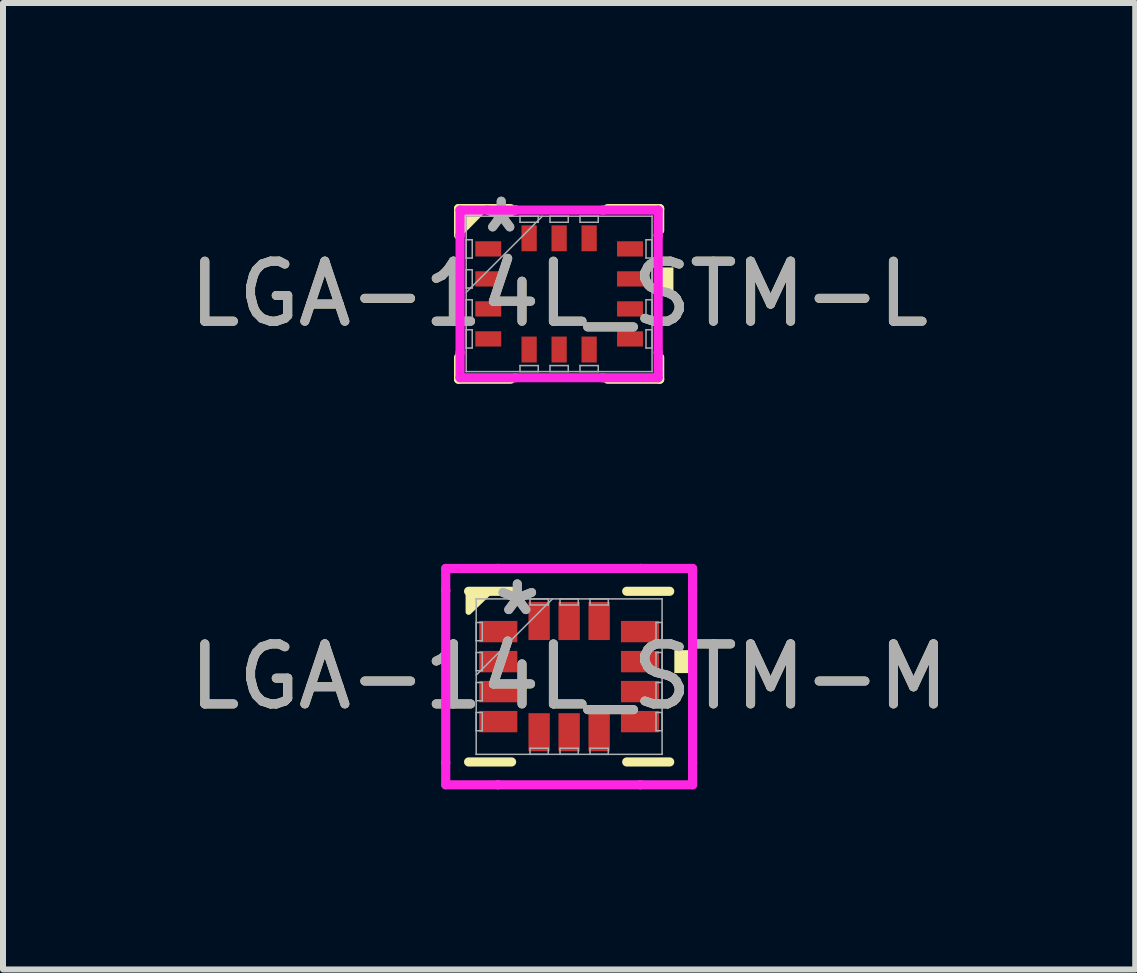
<source format=kicad_pcb>
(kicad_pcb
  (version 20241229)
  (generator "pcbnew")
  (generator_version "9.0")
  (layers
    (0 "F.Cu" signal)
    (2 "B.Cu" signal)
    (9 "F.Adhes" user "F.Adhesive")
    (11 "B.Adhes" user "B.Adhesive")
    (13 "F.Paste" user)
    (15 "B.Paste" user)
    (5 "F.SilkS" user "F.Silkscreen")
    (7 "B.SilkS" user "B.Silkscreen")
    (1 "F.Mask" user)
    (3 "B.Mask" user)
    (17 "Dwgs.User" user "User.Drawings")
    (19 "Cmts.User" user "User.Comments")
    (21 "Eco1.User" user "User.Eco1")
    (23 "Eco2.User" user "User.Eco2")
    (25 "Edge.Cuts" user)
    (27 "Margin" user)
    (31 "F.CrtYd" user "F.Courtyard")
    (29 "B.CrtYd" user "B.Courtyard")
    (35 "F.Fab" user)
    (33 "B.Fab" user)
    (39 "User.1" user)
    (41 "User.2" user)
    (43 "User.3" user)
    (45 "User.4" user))
  (footprint "LGA-14L_STM-L"
    (layer "F.Cu")
    (at 6.268 1.848)
    (property "Reference" "LGA-14L_STM-L" (at 0 0 0) (unlocked yes) (layer "F.SilkS") (effects (font (size 1 1) (thickness 0.15))))
    (attr smd)
    (fp_line (start -1.676 -1.422) (end -1.676 -0.98) (stroke (width 0.152) (type solid)) (layer "F.SilkS"))
    (fp_line (start -1.676 1.058) (end -1.676 1.422) (stroke (width 0.152) (type solid)) (layer "F.SilkS"))
    (fp_line (start -1.676 1.422) (end -0.808 1.422) (stroke (width 0.152) (type solid)) (layer "F.SilkS"))
    (fp_line (start -0.808 -1.422) (end -1.676 -1.422) (stroke (width 0.152) (type solid)) (layer "F.SilkS"))
    (fp_line (start 0.808 1.422) (end 1.676 1.422) (stroke (width 0.152) (type solid)) (layer "F.SilkS"))
    (fp_line (start 1.676 -1.422) (end 0.808 -1.422) (stroke (width 0.152) (type solid)) (layer "F.SilkS"))
    (fp_line (start 1.676 -1.058) (end 1.676 -1.422) (stroke (width 0.152) (type solid)) (layer "F.SilkS"))
    (fp_line (start 1.676 1.422) (end 1.676 1.058) (stroke (width 0.152) (type solid)) (layer "F.SilkS"))
    (fp_poly (pts (xy -1.676 -1.422) (xy -1.242 -1.422) (xy -1.676 -0.98)) (stroke (width 0.1) (type solid)) (fill yes) (layer "F.SilkS"))
    (fp_poly (pts (xy 1.905 -0.441) (xy 1.905 -0.059) (xy 1.651 -0.059) (xy 1.651 -0.441)) (stroke (width 0) (type solid)) (fill yes) (layer "F.SilkS"))
    (fp_line (start -1.651 -1.397) (end -0.729 -1.397) (stroke (width 0.152) (type solid)) (layer "F.CrtYd"))
    (fp_line (start -1.651 -0.979) (end -1.651 -1.397) (stroke (width 0.152) (type solid)) (layer "F.CrtYd"))
    (fp_line (start -1.651 -0.979) (end -1.651 -0.979) (stroke (width 0.152) (type solid)) (layer "F.CrtYd"))
    (fp_line (start -1.651 0.979) (end -1.651 -0.979) (stroke (width 0.152) (type solid)) (layer "F.CrtYd"))
    (fp_line (start -1.651 0.979) (end -1.651 0.979) (stroke (width 0.152) (type solid)) (layer "F.CrtYd"))
    (fp_line (start -1.651 1.397) (end -1.651 0.979) (stroke (width 0.152) (type solid)) (layer "F.CrtYd"))
    (fp_line (start -0.729 -1.397) (end -0.729 -1.397) (stroke (width 0.152) (type solid)) (layer "F.CrtYd"))
    (fp_line (start -0.729 -1.397) (end 0.729 -1.397) (stroke (width 0.152) (type solid)) (layer "F.CrtYd"))
    (fp_line (start -0.729 1.397) (end -1.651 1.397) (stroke (width 0.152) (type solid)) (layer "F.CrtYd"))
    (fp_line (start -0.729 1.397) (end -0.729 1.397) (stroke (width 0.152) (type solid)) (layer "F.CrtYd"))
    (fp_line (start 0.729 -1.397) (end 0.729 -1.397) (stroke (width 0.152) (type solid)) (layer "F.CrtYd"))
    (fp_line (start 0.729 -1.397) (end 1.651 -1.397) (stroke (width 0.152) (type solid)) (layer "F.CrtYd"))
    (fp_line (start 0.729 1.397) (end -0.729 1.397) (stroke (width 0.152) (type solid)) (layer "F.CrtYd"))
    (fp_line (start 0.729 1.397) (end 0.729 1.397) (stroke (width 0.152) (type solid)) (layer "F.CrtYd"))
    (fp_line (start 1.651 -1.397) (end 1.651 -0.979) (stroke (width 0.152) (type solid)) (layer "F.CrtYd"))
    (fp_line (start 1.651 -0.979) (end 1.651 -0.979) (stroke (width 0.152) (type solid)) (layer "F.CrtYd"))
    (fp_line (start 1.651 -0.979) (end 1.651 0.979) (stroke (width 0.152) (type solid)) (layer "F.CrtYd"))
    (fp_line (start 1.651 0.979) (end 1.651 0.979) (stroke (width 0.152) (type solid)) (layer "F.CrtYd"))
    (fp_line (start 1.651 0.979) (end 1.651 1.397) (stroke (width 0.152) (type solid)) (layer "F.CrtYd"))
    (fp_line (start 1.651 1.397) (end 0.729 1.397) (stroke (width 0.152) (type solid)) (layer "F.CrtYd"))
    (fp_line (start -1.549 -1.295) (end -1.549 -1.295) (stroke (width 0.025) (type solid)) (layer "F.Fab"))
    (fp_line (start -1.549 -1.295) (end -1.549 1.295) (stroke (width 0.025) (type solid)) (layer "F.Fab"))
    (fp_line (start -1.549 -0.902) (end -1.448 -0.902) (stroke (width 0.025) (type solid)) (layer "F.Fab"))
    (fp_line (start -1.549 -0.598) (end -1.549 -0.902) (stroke (width 0.025) (type solid)) (layer "F.Fab"))
    (fp_line (start -1.549 -0.402) (end -1.448 -0.402) (stroke (width 0.025) (type solid)) (layer "F.Fab"))
    (fp_line (start -1.549 -0.098) (end -1.549 -0.402) (stroke (width 0.025) (type solid)) (layer "F.Fab"))
    (fp_line (start -1.549 -0.025) (end -0.279 -1.295) (stroke (width 0.025) (type solid)) (layer "F.Fab"))
    (fp_line (start -1.549 0.098) (end -1.448 0.098) (stroke (width 0.025) (type solid)) (layer "F.Fab"))
    (fp_line (start -1.549 0.402) (end -1.549 0.098) (stroke (width 0.025) (type solid)) (layer "F.Fab"))
    (fp_line (start -1.549 0.598) (end -1.448 0.598) (stroke (width 0.025) (type solid)) (layer "F.Fab"))
    (fp_line (start -1.549 0.902) (end -1.549 0.598) (stroke (width 0.025) (type solid)) (layer "F.Fab"))
    (fp_line (start -1.549 1.295) (end -1.549 1.295) (stroke (width 0.025) (type solid)) (layer "F.Fab"))
    (fp_line (start -1.549 1.295) (end 1.549 1.295) (stroke (width 0.025) (type solid)) (layer "F.Fab"))
    (fp_line (start -1.448 -0.902) (end -1.448 -0.598) (stroke (width 0.025) (type solid)) (layer "F.Fab"))
    (fp_line (start -1.448 -0.598) (end -1.549 -0.598) (stroke (width 0.025) (type solid)) (layer "F.Fab"))
    (fp_line (start -1.448 -0.402) (end -1.448 -0.098) (stroke (width 0.025) (type solid)) (layer "F.Fab"))
    (fp_line (start -1.448 -0.098) (end -1.549 -0.098) (stroke (width 0.025) (type solid)) (layer "F.Fab"))
    (fp_line (start -1.448 0.098) (end -1.448 0.402) (stroke (width 0.025) (type solid)) (layer "F.Fab"))
    (fp_line (start -1.448 0.402) (end -1.549 0.402) (stroke (width 0.025) (type solid)) (layer "F.Fab"))
    (fp_line (start -1.448 0.598) (end -1.448 0.902) (stroke (width 0.025) (type solid)) (layer "F.Fab"))
    (fp_line (start -1.448 0.902) (end -1.549 0.902) (stroke (width 0.025) (type solid)) (layer "F.Fab"))
    (fp_line (start -0.652 -1.295) (end -0.348 -1.295) (stroke (width 0.025) (type solid)) (layer "F.Fab"))
    (fp_line (start -0.652 -1.194) (end -0.652 -1.295) (stroke (width 0.025) (type solid)) (layer "F.Fab"))
    (fp_line (start -0.652 1.194) (end -0.348 1.194) (stroke (width 0.025) (type solid)) (layer "F.Fab"))
    (fp_line (start -0.652 1.295) (end -0.652 1.194) (stroke (width 0.025) (type solid)) (layer "F.Fab"))
    (fp_line (start -0.348 -1.295) (end -0.348 -1.194) (stroke (width 0.025) (type solid)) (layer "F.Fab"))
    (fp_line (start -0.348 -1.194) (end -0.652 -1.194) (stroke (width 0.025) (type solid)) (layer "F.Fab"))
    (fp_line (start -0.348 1.194) (end -0.348 1.295) (stroke (width 0.025) (type solid)) (layer "F.Fab"))
    (fp_line (start -0.348 1.295) (end -0.652 1.295) (stroke (width 0.025) (type solid)) (layer "F.Fab"))
    (fp_line (start -0.152 -1.295) (end 0.152 -1.295) (stroke (width 0.025) (type solid)) (layer "F.Fab"))
    (fp_line (start -0.152 -1.194) (end -0.152 -1.295) (stroke (width 0.025) (type solid)) (layer "F.Fab"))
    (fp_line (start -0.152 1.194) (end 0.152 1.194) (stroke (width 0.025) (type solid)) (layer "F.Fab"))
    (fp_line (start -0.152 1.295) (end -0.152 1.194) (stroke (width 0.025) (type solid)) (layer "F.Fab"))
    (fp_line (start 0.152 -1.295) (end 0.152 -1.194) (stroke (width 0.025) (type solid)) (layer "F.Fab"))
    (fp_line (start 0.152 -1.194) (end -0.152 -1.194) (stroke (width 0.025) (type solid)) (layer "F.Fab"))
    (fp_line (start 0.152 1.194) (end 0.152 1.295) (stroke (width 0.025) (type solid)) (layer "F.Fab"))
    (fp_line (start 0.152 1.295) (end -0.152 1.295) (stroke (width 0.025) (type solid)) (layer "F.Fab"))
    (fp_line (start 0.348 -1.295) (end 0.652 -1.295) (stroke (width 0.025) (type solid)) (layer "F.Fab"))
    (fp_line (start 0.348 -1.194) (end 0.348 -1.295) (stroke (width 0.025) (type solid)) (layer "F.Fab"))
    (fp_line (start 0.348 1.194) (end 0.652 1.194) (stroke (width 0.025) (type solid)) (layer "F.Fab"))
    (fp_line (start 0.348 1.295) (end 0.348 1.194) (stroke (width 0.025) (type solid)) (layer "F.Fab"))
    (fp_line (start 0.652 -1.295) (end 0.652 -1.194) (stroke (width 0.025) (type solid)) (layer "F.Fab"))
    (fp_line (start 0.652 -1.194) (end 0.348 -1.194) (stroke (width 0.025) (type solid)) (layer "F.Fab"))
    (fp_line (start 0.652 1.194) (end 0.652 1.295) (stroke (width 0.025) (type solid)) (layer "F.Fab"))
    (fp_line (start 0.652 1.295) (end 0.348 1.295) (stroke (width 0.025) (type solid)) (layer "F.Fab"))
    (fp_line (start 1.448 -0.902) (end 1.549 -0.902) (stroke (width 0.025) (type solid)) (layer "F.Fab"))
    (fp_line (start 1.448 -0.598) (end 1.448 -0.902) (stroke (width 0.025) (type solid)) (layer "F.Fab"))
    (fp_line (start 1.448 -0.402) (end 1.549 -0.402) (stroke (width 0.025) (type solid)) (layer "F.Fab"))
    (fp_line (start 1.448 -0.098) (end 1.448 -0.402) (stroke (width 0.025) (type solid)) (layer "F.Fab"))
    (fp_line (start 1.448 0.098) (end 1.549 0.098) (stroke (width 0.025) (type solid)) (layer "F.Fab"))
    (fp_line (start 1.448 0.402) (end 1.448 0.098) (stroke (width 0.025) (type solid)) (layer "F.Fab"))
    (fp_line (start 1.448 0.598) (end 1.549 0.598) (stroke (width 0.025) (type solid)) (layer "F.Fab"))
    (fp_line (start 1.448 0.902) (end 1.448 0.598) (stroke (width 0.025) (type solid)) (layer "F.Fab"))
    (fp_line (start 1.549 -1.295) (end -1.549 -1.295) (stroke (width 0.025) (type solid)) (layer "F.Fab"))
    (fp_line (start 1.549 -1.295) (end 1.549 -1.295) (stroke (width 0.025) (type solid)) (layer "F.Fab"))
    (fp_line (start 1.549 -0.902) (end 1.549 -0.598) (stroke (width 0.025) (type solid)) (layer "F.Fab"))
    (fp_line (start 1.549 -0.598) (end 1.448 -0.598) (stroke (width 0.025) (type solid)) (layer "F.Fab"))
    (fp_line (start 1.549 -0.402) (end 1.549 -0.098) (stroke (width 0.025) (type solid)) (layer "F.Fab"))
    (fp_line (start 1.549 -0.098) (end 1.448 -0.098) (stroke (width 0.025) (type solid)) (layer "F.Fab"))
    (fp_line (start 1.549 0.098) (end 1.549 0.402) (stroke (width 0.025) (type solid)) (layer "F.Fab"))
    (fp_line (start 1.549 0.402) (end 1.448 0.402) (stroke (width 0.025) (type solid)) (layer "F.Fab"))
    (fp_line (start 1.549 0.598) (end 1.549 0.902) (stroke (width 0.025) (type solid)) (layer "F.Fab"))
    (fp_line (start 1.549 0.902) (end 1.448 0.902) (stroke (width 0.025) (type solid)) (layer "F.Fab"))
    (fp_line (start 1.549 1.295) (end 1.549 -1.295) (stroke (width 0.025) (type solid)) (layer "F.Fab"))
    (fp_line (start 1.549 1.295) (end 1.549 1.295) (stroke (width 0.025) (type solid)) (layer "F.Fab"))
    (fp_text user "*" (at -0.965 -1 0) (layer "F.Fab") (effects (font (size 1 1) (thickness 0.15))))
    (fp_text user "*" (at -0.965 -1 0) (unlocked yes) (layer "F.Fab") (effects (font (size 1 1) (thickness 0.15))))
    (fp_text user "${REFERENCE}" (at 0 0 0) (unlocked yes) (layer "F.Fab") (effects (font (size 1 1) (thickness 0.15))))
    (pad "1" smd rect (at -1.181 -0.75 90) (size 0.254 0.432) (layers "F.Cu" "F.Mask" "F.Paste"))
    (pad "2" smd rect (at -1.181 -0.25 90) (size 0.254 0.432) (layers "F.Cu" "F.Mask" "F.Paste"))
    (pad "3" smd rect (at -1.181 0.25 90) (size 0.254 0.432) (layers "F.Cu" "F.Mask" "F.Paste"))
    (pad "4" smd rect (at -1.181 0.75 90) (size 0.254 0.432) (layers "F.Cu" "F.Mask" "F.Paste"))
    (pad "5" smd rect (at -0.5 0.927) (size 0.254 0.432) (layers "F.Cu" "F.Mask" "F.Paste"))
    (pad "6" smd rect (at 0 0.927) (size 0.254 0.432) (layers "F.Cu" "F.Mask" "F.Paste"))
    (pad "7" smd rect (at 0.5 0.927) (size 0.254 0.432) (layers "F.Cu" "F.Mask" "F.Paste"))
    (pad "8" smd rect (at 1.181 0.75 90) (size 0.254 0.432) (layers "F.Cu" "F.Mask" "F.Paste"))
    (pad "9" smd rect (at 1.181 0.25 90) (size 0.254 0.432) (layers "F.Cu" "F.Mask" "F.Paste"))
    (pad "10" smd rect (at 1.181 -0.25 90) (size 0.254 0.432) (layers "F.Cu" "F.Mask" "F.Paste"))
    (pad "11" smd rect (at 1.181 -0.75 90) (size 0.254 0.432) (layers "F.Cu" "F.Mask" "F.Paste"))
    (pad "12" smd rect (at 0.5 -0.927) (size 0.254 0.432) (layers "F.Cu" "F.Mask" "F.Paste"))
    (pad "13" smd rect (at 0 -0.927) (size 0.254 0.432) (layers "F.Cu" "F.Mask" "F.Paste"))
    (pad "14" smd rect (at -0.5 -0.927) (size 0.254 0.432) (layers "F.Cu" "F.Mask" "F.Paste")))
  (footprint "LGA-14L_STM-M"
    (layer "F.Cu")
    (at 6.435 8.226)
    (property "Reference" "LGA-14L_STM-M" (at 0 0 0) (unlocked yes) (layer "F.SilkS") (effects (font (size 1 1) (thickness 0.15))))
    (attr smd)
    (fp_line (start -1.676 1.422) (end -0.959 1.422) (stroke (width 0.152) (type solid)) (layer "F.SilkS"))
    (fp_line (start -0.959 -1.422) (end -1.676 -1.422) (stroke (width 0.152) (type solid)) (layer "F.SilkS"))
    (fp_line (start 0.959 1.422) (end 1.676 1.422) (stroke (width 0.152) (type solid)) (layer "F.SilkS"))
    (fp_line (start 1.676 -1.422) (end 0.959 -1.422) (stroke (width 0.152) (type solid)) (layer "F.SilkS"))
    (fp_poly (pts (xy -1.676 -1.422) (xy -1.318 -1.422) (xy -1.676 -1.079)) (stroke (width 0.1) (type solid)) (fill yes) (layer "F.SilkS"))
    (fp_poly (pts (xy 2.007 -0.441) (xy 2.007 -0.059) (xy 1.753 -0.059) (xy 1.753 -0.441)) (stroke (width 0) (type solid)) (fill yes) (layer "F.SilkS"))
    (fp_line (start -2.057 -1.803) (end -1.186 -1.803) (stroke (width 0.152) (type solid)) (layer "F.CrtYd"))
    (fp_line (start -2.057 -1.436) (end -2.057 -1.803) (stroke (width 0.152) (type solid)) (layer "F.CrtYd"))
    (fp_line (start -2.057 -1.436) (end -2.057 -1.436) (stroke (width 0.152) (type solid)) (layer "F.CrtYd"))
    (fp_line (start -2.057 1.436) (end -2.057 -1.436) (stroke (width 0.152) (type solid)) (layer "F.CrtYd"))
    (fp_line (start -2.057 1.436) (end -2.057 1.436) (stroke (width 0.152) (type solid)) (layer "F.CrtYd"))
    (fp_line (start -2.057 1.803) (end -2.057 1.436) (stroke (width 0.152) (type solid)) (layer "F.CrtYd"))
    (fp_line (start -1.186 -1.803) (end -1.186 -1.803) (stroke (width 0.152) (type solid)) (layer "F.CrtYd"))
    (fp_line (start -1.186 -1.803) (end 1.186 -1.803) (stroke (width 0.152) (type solid)) (layer "F.CrtYd"))
    (fp_line (start -1.186 1.803) (end -2.057 1.803) (stroke (width 0.152) (type solid)) (layer "F.CrtYd"))
    (fp_line (start -1.186 1.803) (end -1.186 1.803) (stroke (width 0.152) (type solid)) (layer "F.CrtYd"))
    (fp_line (start 1.186 -1.803) (end 1.186 -1.803) (stroke (width 0.152) (type solid)) (layer "F.CrtYd"))
    (fp_line (start 1.186 -1.803) (end 2.057 -1.803) (stroke (width 0.152) (type solid)) (layer "F.CrtYd"))
    (fp_line (start 1.186 1.803) (end -1.186 1.803) (stroke (width 0.152) (type solid)) (layer "F.CrtYd"))
    (fp_line (start 1.186 1.803) (end 1.186 1.803) (stroke (width 0.152) (type solid)) (layer "F.CrtYd"))
    (fp_line (start 2.057 -1.803) (end 2.057 -1.436) (stroke (width 0.152) (type solid)) (layer "F.CrtYd"))
    (fp_line (start 2.057 -1.436) (end 2.057 -1.436) (stroke (width 0.152) (type solid)) (layer "F.CrtYd"))
    (fp_line (start 2.057 -1.436) (end 2.057 1.436) (stroke (width 0.152) (type solid)) (layer "F.CrtYd"))
    (fp_line (start 2.057 1.436) (end 2.057 1.436) (stroke (width 0.152) (type solid)) (layer "F.CrtYd"))
    (fp_line (start 2.057 1.436) (end 2.057 1.803) (stroke (width 0.152) (type solid)) (layer "F.CrtYd"))
    (fp_line (start 2.057 1.803) (end 1.186 1.803) (stroke (width 0.152) (type solid)) (layer "F.CrtYd"))
    (fp_line (start -1.549 -1.295) (end -1.549 -1.295) (stroke (width 0.025) (type solid)) (layer "F.Fab"))
    (fp_line (start -1.549 -1.295) (end -1.549 1.295) (stroke (width 0.025) (type solid)) (layer "F.Fab"))
    (fp_line (start -1.549 -0.902) (end -1.448 -0.902) (stroke (width 0.025) (type solid)) (layer "F.Fab"))
    (fp_line (start -1.549 -0.598) (end -1.549 -0.902) (stroke (width 0.025) (type solid)) (layer "F.Fab"))
    (fp_line (start -1.549 -0.402) (end -1.448 -0.402) (stroke (width 0.025) (type solid)) (layer "F.Fab"))
    (fp_line (start -1.549 -0.098) (end -1.549 -0.402) (stroke (width 0.025) (type solid)) (layer "F.Fab"))
    (fp_line (start -1.549 -0.025) (end -0.279 -1.295) (stroke (width 0.025) (type solid)) (layer "F.Fab"))
    (fp_line (start -1.549 0.098) (end -1.448 0.098) (stroke (width 0.025) (type solid)) (layer "F.Fab"))
    (fp_line (start -1.549 0.402) (end -1.549 0.098) (stroke (width 0.025) (type solid)) (layer "F.Fab"))
    (fp_line (start -1.549 0.598) (end -1.448 0.598) (stroke (width 0.025) (type solid)) (layer "F.Fab"))
    (fp_line (start -1.549 0.902) (end -1.549 0.598) (stroke (width 0.025) (type solid)) (layer "F.Fab"))
    (fp_line (start -1.549 1.295) (end -1.549 1.295) (stroke (width 0.025) (type solid)) (layer "F.Fab"))
    (fp_line (start -1.549 1.295) (end 1.549 1.295) (stroke (width 0.025) (type solid)) (layer "F.Fab"))
    (fp_line (start -1.448 -0.902) (end -1.448 -0.598) (stroke (width 0.025) (type solid)) (layer "F.Fab"))
    (fp_line (start -1.448 -0.598) (end -1.549 -0.598) (stroke (width 0.025) (type solid)) (layer "F.Fab"))
    (fp_line (start -1.448 -0.402) (end -1.448 -0.098) (stroke (width 0.025) (type solid)) (layer "F.Fab"))
    (fp_line (start -1.448 -0.098) (end -1.549 -0.098) (stroke (width 0.025) (type solid)) (layer "F.Fab"))
    (fp_line (start -1.448 0.098) (end -1.448 0.402) (stroke (width 0.025) (type solid)) (layer "F.Fab"))
    (fp_line (start -1.448 0.402) (end -1.549 0.402) (stroke (width 0.025) (type solid)) (layer "F.Fab"))
    (fp_line (start -1.448 0.598) (end -1.448 0.902) (stroke (width 0.025) (type solid)) (layer "F.Fab"))
    (fp_line (start -1.448 0.902) (end -1.549 0.902) (stroke (width 0.025) (type solid)) (layer "F.Fab"))
    (fp_line (start -0.652 -1.295) (end -0.348 -1.295) (stroke (width 0.025) (type solid)) (layer "F.Fab"))
    (fp_line (start -0.652 -1.194) (end -0.652 -1.295) (stroke (width 0.025) (type solid)) (layer "F.Fab"))
    (fp_line (start -0.652 1.194) (end -0.348 1.194) (stroke (width 0.025) (type solid)) (layer "F.Fab"))
    (fp_line (start -0.652 1.295) (end -0.652 1.194) (stroke (width 0.025) (type solid)) (layer "F.Fab"))
    (fp_line (start -0.348 -1.295) (end -0.348 -1.194) (stroke (width 0.025) (type solid)) (layer "F.Fab"))
    (fp_line (start -0.348 -1.194) (end -0.652 -1.194) (stroke (width 0.025) (type solid)) (layer "F.Fab"))
    (fp_line (start -0.348 1.194) (end -0.348 1.295) (stroke (width 0.025) (type solid)) (layer "F.Fab"))
    (fp_line (start -0.348 1.295) (end -0.652 1.295) (stroke (width 0.025) (type solid)) (layer "F.Fab"))
    (fp_line (start -0.152 -1.295) (end 0.152 -1.295) (stroke (width 0.025) (type solid)) (layer "F.Fab"))
    (fp_line (start -0.152 -1.194) (end -0.152 -1.295) (stroke (width 0.025) (type solid)) (layer "F.Fab"))
    (fp_line (start -0.152 1.194) (end 0.152 1.194) (stroke (width 0.025) (type solid)) (layer "F.Fab"))
    (fp_line (start -0.152 1.295) (end -0.152 1.194) (stroke (width 0.025) (type solid)) (layer "F.Fab"))
    (fp_line (start 0.152 -1.295) (end 0.152 -1.194) (stroke (width 0.025) (type solid)) (layer "F.Fab"))
    (fp_line (start 0.152 -1.194) (end -0.152 -1.194) (stroke (width 0.025) (type solid)) (layer "F.Fab"))
    (fp_line (start 0.152 1.194) (end 0.152 1.295) (stroke (width 0.025) (type solid)) (layer "F.Fab"))
    (fp_line (start 0.152 1.295) (end -0.152 1.295) (stroke (width 0.025) (type solid)) (layer "F.Fab"))
    (fp_line (start 0.348 -1.295) (end 0.652 -1.295) (stroke (width 0.025) (type solid)) (layer "F.Fab"))
    (fp_line (start 0.348 -1.194) (end 0.348 -1.295) (stroke (width 0.025) (type solid)) (layer "F.Fab"))
    (fp_line (start 0.348 1.194) (end 0.652 1.194) (stroke (width 0.025) (type solid)) (layer "F.Fab"))
    (fp_line (start 0.348 1.295) (end 0.348 1.194) (stroke (width 0.025) (type solid)) (layer "F.Fab"))
    (fp_line (start 0.652 -1.295) (end 0.652 -1.194) (stroke (width 0.025) (type solid)) (layer "F.Fab"))
    (fp_line (start 0.652 -1.194) (end 0.348 -1.194) (stroke (width 0.025) (type solid)) (layer "F.Fab"))
    (fp_line (start 0.652 1.194) (end 0.652 1.295) (stroke (width 0.025) (type solid)) (layer "F.Fab"))
    (fp_line (start 0.652 1.295) (end 0.348 1.295) (stroke (width 0.025) (type solid)) (layer "F.Fab"))
    (fp_line (start 1.448 -0.902) (end 1.549 -0.902) (stroke (width 0.025) (type solid)) (layer "F.Fab"))
    (fp_line (start 1.448 -0.598) (end 1.448 -0.902) (stroke (width 0.025) (type solid)) (layer "F.Fab"))
    (fp_line (start 1.448 -0.402) (end 1.549 -0.402) (stroke (width 0.025) (type solid)) (layer "F.Fab"))
    (fp_line (start 1.448 -0.098) (end 1.448 -0.402) (stroke (width 0.025) (type solid)) (layer "F.Fab"))
    (fp_line (start 1.448 0.098) (end 1.549 0.098) (stroke (width 0.025) (type solid)) (layer "F.Fab"))
    (fp_line (start 1.448 0.402) (end 1.448 0.098) (stroke (width 0.025) (type solid)) (layer "F.Fab"))
    (fp_line (start 1.448 0.598) (end 1.549 0.598) (stroke (width 0.025) (type solid)) (layer "F.Fab"))
    (fp_line (start 1.448 0.902) (end 1.448 0.598) (stroke (width 0.025) (type solid)) (layer "F.Fab"))
    (fp_line (start 1.549 -1.295) (end -1.549 -1.295) (stroke (width 0.025) (type solid)) (layer "F.Fab"))
    (fp_line (start 1.549 -1.295) (end 1.549 -1.295) (stroke (width 0.025) (type solid)) (layer "F.Fab"))
    (fp_line (start 1.549 -0.902) (end 1.549 -0.598) (stroke (width 0.025) (type solid)) (layer "F.Fab"))
    (fp_line (start 1.549 -0.598) (end 1.448 -0.598) (stroke (width 0.025) (type solid)) (layer "F.Fab"))
    (fp_line (start 1.549 -0.402) (end 1.549 -0.098) (stroke (width 0.025) (type solid)) (layer "F.Fab"))
    (fp_line (start 1.549 -0.098) (end 1.448 -0.098) (stroke (width 0.025) (type solid)) (layer "F.Fab"))
    (fp_line (start 1.549 0.098) (end 1.549 0.402) (stroke (width 0.025) (type solid)) (layer "F.Fab"))
    (fp_line (start 1.549 0.402) (end 1.448 0.402) (stroke (width 0.025) (type solid)) (layer "F.Fab"))
    (fp_line (start 1.549 0.598) (end 1.549 0.902) (stroke (width 0.025) (type solid)) (layer "F.Fab"))
    (fp_line (start 1.549 0.902) (end 1.448 0.902) (stroke (width 0.025) (type solid)) (layer "F.Fab"))
    (fp_line (start 1.549 1.295) (end 1.549 -1.295) (stroke (width 0.025) (type solid)) (layer "F.Fab"))
    (fp_line (start 1.549 1.295) (end 1.549 1.295) (stroke (width 0.025) (type solid)) (layer "F.Fab"))
    (fp_text user "*" (at -0.864 -1 0) (unlocked yes) (layer "F.Fab") (effects (font (size 1 1) (thickness 0.15))))
    (fp_text user "*" (at -0.864 -1 0) (layer "F.Fab") (effects (font (size 1 1) (thickness 0.15))))
    (fp_text user "${REFERENCE}" (at 0 0 0) (unlocked yes) (layer "F.Fab") (effects (font (size 1 1) (thickness 0.15))))
    (pad "1" smd rect (at -1.181 -0.75 90) (size 0.356 0.635) (layers "F.Cu" "F.Mask" "F.Paste"))
    (pad "2" smd rect (at -1.181 -0.25 90) (size 0.356 0.635) (layers "F.Cu" "F.Mask" "F.Paste"))
    (pad "3" smd rect (at -1.181 0.25 90) (size 0.356 0.635) (layers "F.Cu" "F.Mask" "F.Paste"))
    (pad "4" smd rect (at -1.181 0.75 90) (size 0.356 0.635) (layers "F.Cu" "F.Mask" "F.Paste"))
    (pad "5" smd rect (at -0.5 0.927) (size 0.356 0.635) (layers "F.Cu" "F.Mask" "F.Paste"))
    (pad "6" smd rect (at 0 0.927) (size 0.356 0.635) (layers "F.Cu" "F.Mask" "F.Paste"))
    (pad "7" smd rect (at 0.5 0.927) (size 0.356 0.635) (layers "F.Cu" "F.Mask" "F.Paste"))
    (pad "8" smd rect (at 1.181 0.75 90) (size 0.356 0.635) (layers "F.Cu" "F.Mask" "F.Paste"))
    (pad "9" smd rect (at 1.181 0.25 90) (size 0.356 0.635) (layers "F.Cu" "F.Mask" "F.Paste"))
    (pad "10" smd rect (at 1.181 -0.25 90) (size 0.356 0.635) (layers "F.Cu" "F.Mask" "F.Paste"))
    (pad "11" smd rect (at 1.181 -0.75 90) (size 0.356 0.635) (layers "F.Cu" "F.Mask" "F.Paste"))
    (pad "12" smd rect (at 0.5 -0.927) (size 0.356 0.635) (layers "F.Cu" "F.Mask" "F.Paste"))
    (pad "13" smd rect (at 0 -0.927) (size 0.356 0.635) (layers "F.Cu" "F.Mask" "F.Paste"))
    (pad "14" smd rect (at -0.5 -0.927) (size 0.356 0.635) (layers "F.Cu" "F.Mask" "F.Paste")))
  (gr_rect
    (start -3 -3)
    (end 15.869 13.106)
    (stroke (width 0.1) (type default))
    (fill no)
    (layer "Edge.Cuts")))
</source>
